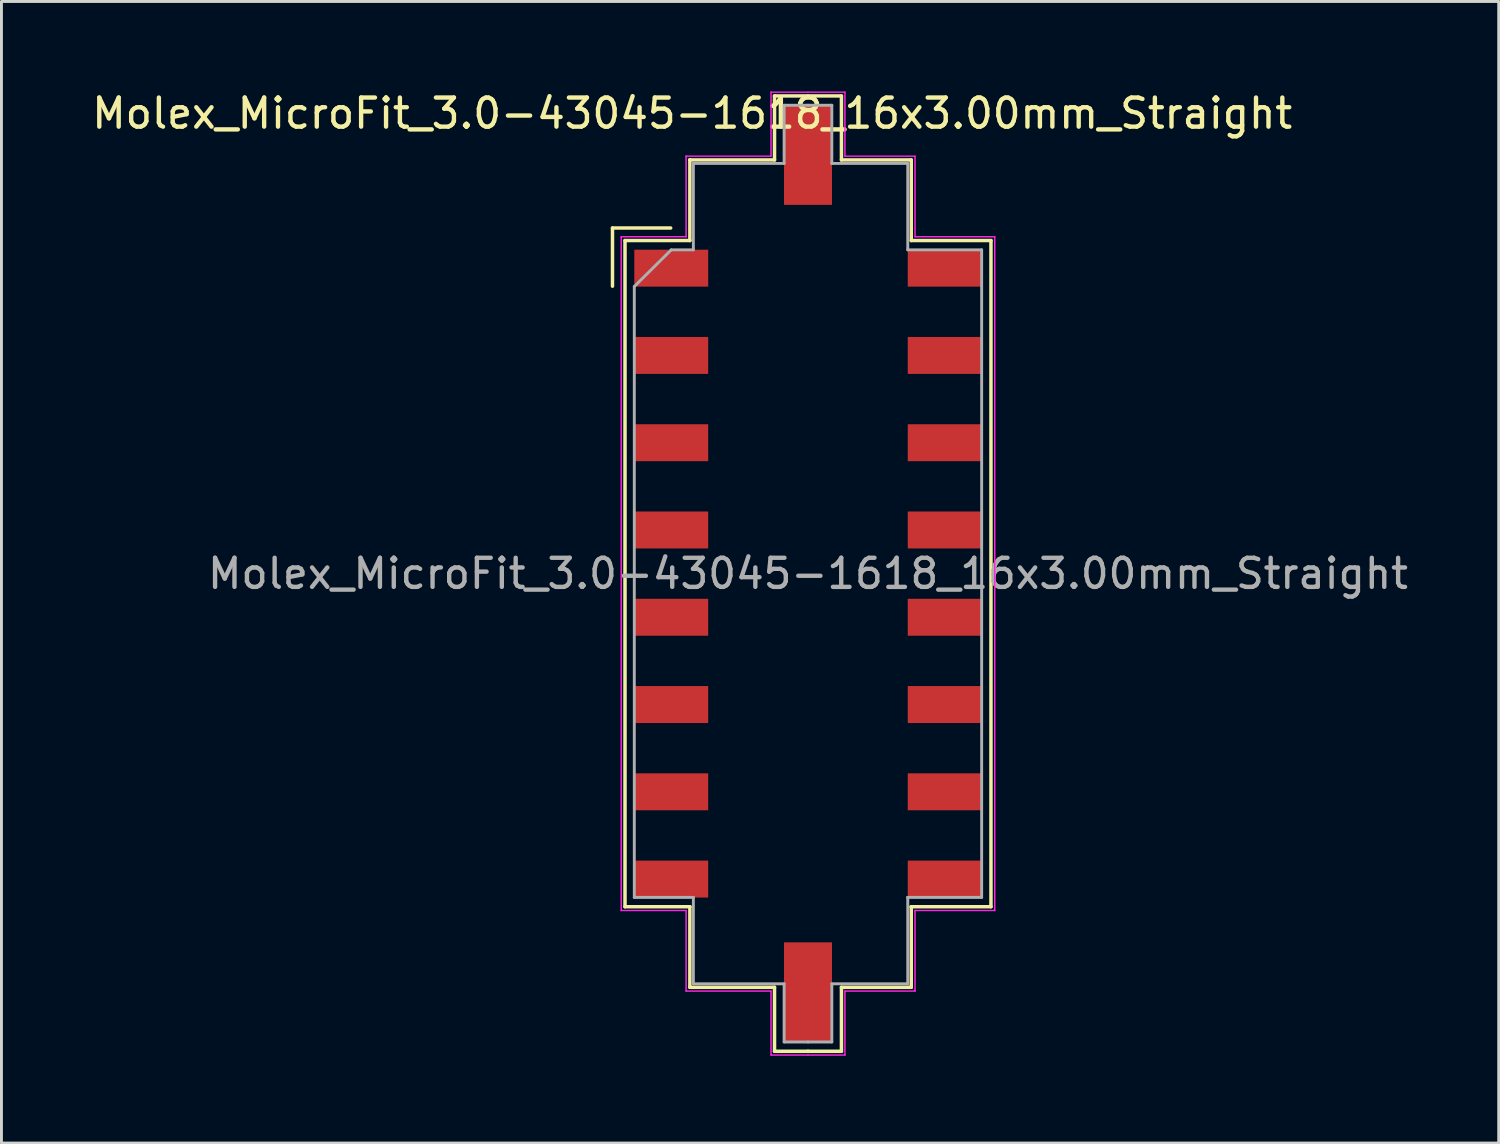
<source format=kicad_pcb>
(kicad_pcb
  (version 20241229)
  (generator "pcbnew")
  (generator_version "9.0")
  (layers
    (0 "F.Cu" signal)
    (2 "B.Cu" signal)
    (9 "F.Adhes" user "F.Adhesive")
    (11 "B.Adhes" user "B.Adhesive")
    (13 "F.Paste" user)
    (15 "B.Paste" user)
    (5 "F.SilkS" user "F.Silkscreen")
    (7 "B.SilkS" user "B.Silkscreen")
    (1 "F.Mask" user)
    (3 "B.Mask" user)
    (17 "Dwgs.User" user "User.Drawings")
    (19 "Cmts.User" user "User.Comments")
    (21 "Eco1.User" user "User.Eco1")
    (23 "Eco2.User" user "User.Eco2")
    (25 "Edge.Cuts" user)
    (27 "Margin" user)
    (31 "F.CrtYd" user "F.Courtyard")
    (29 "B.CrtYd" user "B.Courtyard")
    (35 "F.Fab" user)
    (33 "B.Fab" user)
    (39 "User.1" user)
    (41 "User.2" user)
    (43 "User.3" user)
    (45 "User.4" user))
  (footprint "Molex_MicroFit_3.0-43045-1618_16x3.00mm_Straight"
    (layer "F.Cu")
    (at 24.724 16.668)
    (property "Reference" "Molex_MicroFit_3.0-43045-1618_16x3.00mm_Straight" (at -3.98 -15.82 0) (layer "F.SilkS") (effects (font (size 1 1) (thickness 0.15))))
    (attr smd)
    (fp_line (start -6.72 -11.88) (end -6.72 -9.88) (stroke (width 0.12) (type solid)) (layer "F.SilkS"))
    (fp_line (start -6.29 -11.45) (end -4.06 -11.45) (stroke (width 0.12) (type solid)) (layer "F.SilkS"))
    (fp_line (start -6.29 11.45) (end -6.29 -11.45) (stroke (width 0.12) (type solid)) (layer "F.SilkS"))
    (fp_line (start -4.72 -11.88) (end -6.72 -11.88) (stroke (width 0.12) (type solid)) (layer "F.SilkS"))
    (fp_line (start -4.06 -14.22) (end -4.06 -14.22) (stroke (width 0.12) (type solid)) (layer "F.SilkS"))
    (fp_line (start -4.06 -14.22) (end -1.15 -14.22) (stroke (width 0.12) (type solid)) (layer "F.SilkS"))
    (fp_line (start -4.06 -11.45) (end -4.06 -14.22) (stroke (width 0.12) (type solid)) (layer "F.SilkS"))
    (fp_line (start -4.06 11.45) (end -6.29 11.45) (stroke (width 0.12) (type solid)) (layer "F.SilkS"))
    (fp_line (start -4.06 14.22) (end -4.06 11.45) (stroke (width 0.12) (type solid)) (layer "F.SilkS"))
    (fp_line (start -1.15 -16.42) (end 0 -16.42) (stroke (width 0.12) (type solid)) (layer "F.SilkS"))
    (fp_line (start -1.15 -14.22) (end -1.15 -16.42) (stroke (width 0.12) (type solid)) (layer "F.SilkS"))
    (fp_line (start -1.15 14.22) (end -4.06 14.22) (stroke (width 0.12) (type solid)) (layer "F.SilkS"))
    (fp_line (start -1.15 16.42) (end -1.15 14.22) (stroke (width 0.12) (type solid)) (layer "F.SilkS"))
    (fp_line (start 0 -16.42) (end 1.15 -16.42) (stroke (width 0.12) (type solid)) (layer "F.SilkS"))
    (fp_line (start 0 16.42) (end -1.15 16.42) (stroke (width 0.12) (type solid)) (layer "F.SilkS"))
    (fp_line (start 1.15 -16.42) (end 1.15 -14.22) (stroke (width 0.12) (type solid)) (layer "F.SilkS"))
    (fp_line (start 1.15 -14.22) (end 3.55 -14.22) (stroke (width 0.12) (type solid)) (layer "F.SilkS"))
    (fp_line (start 1.15 14.22) (end 1.15 16.42) (stroke (width 0.12) (type solid)) (layer "F.SilkS"))
    (fp_line (start 1.15 16.42) (end 0 16.42) (stroke (width 0.12) (type solid)) (layer "F.SilkS"))
    (fp_line (start 3.55 -14.22) (end 3.55 -11.45) (stroke (width 0.12) (type solid)) (layer "F.SilkS"))
    (fp_line (start 3.55 -11.45) (end 6.29 -11.45) (stroke (width 0.12) (type solid)) (layer "F.SilkS"))
    (fp_line (start 3.55 11.45) (end 3.55 11.45) (stroke (width 0.12) (type solid)) (layer "F.SilkS"))
    (fp_line (start 3.55 11.45) (end 3.55 14.22) (stroke (width 0.12) (type solid)) (layer "F.SilkS"))
    (fp_line (start 3.55 14.22) (end 1.15 14.22) (stroke (width 0.12) (type solid)) (layer "F.SilkS"))
    (fp_line (start 6.29 -11.45) (end 6.29 11.45) (stroke (width 0.12) (type solid)) (layer "F.SilkS"))
    (fp_line (start 6.29 11.45) (end 3.55 11.45) (stroke (width 0.12) (type solid)) (layer "F.SilkS"))
    (fp_line (start -6.42 -11.58) (end -4.19 -11.58) (stroke (width 0.05) (type solid)) (layer "F.CrtYd"))
    (fp_line (start -6.42 11.58) (end -6.42 -11.58) (stroke (width 0.05) (type solid)) (layer "F.CrtYd"))
    (fp_line (start -4.19 -14.35) (end -4.19 -14.35) (stroke (width 0.05) (type solid)) (layer "F.CrtYd"))
    (fp_line (start -4.19 -14.35) (end -1.27 -14.35) (stroke (width 0.05) (type solid)) (layer "F.CrtYd"))
    (fp_line (start -4.19 -11.58) (end -4.19 -14.35) (stroke (width 0.05) (type solid)) (layer "F.CrtYd"))
    (fp_line (start -4.19 11.58) (end -6.42 11.58) (stroke (width 0.05) (type solid)) (layer "F.CrtYd"))
    (fp_line (start -4.19 14.35) (end -4.19 11.58) (stroke (width 0.05) (type solid)) (layer "F.CrtYd"))
    (fp_line (start -1.27 -16.55) (end 0 -16.55) (stroke (width 0.05) (type solid)) (layer "F.CrtYd"))
    (fp_line (start -1.27 -14.35) (end -1.27 -16.55) (stroke (width 0.05) (type solid)) (layer "F.CrtYd"))
    (fp_line (start -1.27 14.35) (end -4.19 14.35) (stroke (width 0.05) (type solid)) (layer "F.CrtYd"))
    (fp_line (start -1.27 16.55) (end -1.27 14.35) (stroke (width 0.05) (type solid)) (layer "F.CrtYd"))
    (fp_line (start 0 -16.55) (end 1.27 -16.55) (stroke (width 0.05) (type solid)) (layer "F.CrtYd"))
    (fp_line (start 0 16.55) (end -1.27 16.55) (stroke (width 0.05) (type solid)) (layer "F.CrtYd"))
    (fp_line (start 1.27 -16.55) (end 1.27 -14.35) (stroke (width 0.05) (type solid)) (layer "F.CrtYd"))
    (fp_line (start 1.27 -14.35) (end 3.68 -14.35) (stroke (width 0.05) (type solid)) (layer "F.CrtYd"))
    (fp_line (start 1.27 14.35) (end 1.27 16.55) (stroke (width 0.05) (type solid)) (layer "F.CrtYd"))
    (fp_line (start 1.27 16.55) (end 0 16.55) (stroke (width 0.05) (type solid)) (layer "F.CrtYd"))
    (fp_line (start 3.68 -14.35) (end 3.68 -11.58) (stroke (width 0.05) (type solid)) (layer "F.CrtYd"))
    (fp_line (start 3.68 -11.58) (end 6.42 -11.58) (stroke (width 0.05) (type solid)) (layer "F.CrtYd"))
    (fp_line (start 3.68 11.58) (end 3.68 11.58) (stroke (width 0.05) (type solid)) (layer "F.CrtYd"))
    (fp_line (start 3.68 11.58) (end 3.68 14.35) (stroke (width 0.05) (type solid)) (layer "F.CrtYd"))
    (fp_line (start 3.68 14.35) (end 1.27 14.35) (stroke (width 0.05) (type solid)) (layer "F.CrtYd"))
    (fp_line (start 6.42 -11.58) (end 6.42 11.58) (stroke (width 0.05) (type solid)) (layer "F.CrtYd"))
    (fp_line (start 6.42 11.58) (end 3.68 11.58) (stroke (width 0.05) (type solid)) (layer "F.CrtYd"))
    (fp_line (start -5.97 -9.87) (end -4.7 -11.13) (stroke (width 0.1) (type solid)) (layer "F.Fab"))
    (fp_line (start -5.97 11.13) (end -5.97 -9.87) (stroke (width 0.1) (type solid)) (layer "F.Fab"))
    (fp_line (start -4.7 -11.13) (end -3.94 -11.13) (stroke (width 0.1) (type solid)) (layer "F.Fab"))
    (fp_line (start -3.94 -14.1) (end -3.94 -14.1) (stroke (width 0.1) (type solid)) (layer "F.Fab"))
    (fp_line (start -3.94 -14.1) (end -0.82 -14.1) (stroke (width 0.1) (type solid)) (layer "F.Fab"))
    (fp_line (start -3.94 -11.13) (end -3.94 -14.1) (stroke (width 0.1) (type solid)) (layer "F.Fab"))
    (fp_line (start -3.94 11.13) (end -5.97 11.13) (stroke (width 0.1) (type solid)) (layer "F.Fab"))
    (fp_line (start -3.94 14.1) (end -3.94 11.13) (stroke (width 0.1) (type solid)) (layer "F.Fab"))
    (fp_line (start -0.82 -16.1) (end 0 -16.1) (stroke (width 0.1) (type solid)) (layer "F.Fab"))
    (fp_line (start -0.82 -14.1) (end -0.82 -16.1) (stroke (width 0.1) (type solid)) (layer "F.Fab"))
    (fp_line (start -0.82 14.1) (end -3.94 14.1) (stroke (width 0.1) (type solid)) (layer "F.Fab"))
    (fp_line (start -0.82 16.1) (end -0.82 14.1) (stroke (width 0.1) (type solid)) (layer "F.Fab"))
    (fp_line (start 0 -16.1) (end 0.82 -16.1) (stroke (width 0.1) (type solid)) (layer "F.Fab"))
    (fp_line (start 0 16.1) (end -0.82 16.1) (stroke (width 0.1) (type solid)) (layer "F.Fab"))
    (fp_line (start 0.82 -16.1) (end 0.82 -14.1) (stroke (width 0.1) (type solid)) (layer "F.Fab"))
    (fp_line (start 0.82 -14.1) (end 3.43 -14.1) (stroke (width 0.1) (type solid)) (layer "F.Fab"))
    (fp_line (start 0.82 14.1) (end 0.82 16.1) (stroke (width 0.1) (type solid)) (layer "F.Fab"))
    (fp_line (start 0.82 16.1) (end 0 16.1) (stroke (width 0.1) (type solid)) (layer "F.Fab"))
    (fp_line (start 3.43 -14.1) (end 3.43 -11.13) (stroke (width 0.1) (type solid)) (layer "F.Fab"))
    (fp_line (start 3.43 -11.13) (end 5.97 -11.13) (stroke (width 0.1) (type solid)) (layer "F.Fab"))
    (fp_line (start 3.43 11.13) (end 3.43 11.13) (stroke (width 0.1) (type solid)) (layer "F.Fab"))
    (fp_line (start 3.43 11.13) (end 3.43 14.1) (stroke (width 0.1) (type solid)) (layer "F.Fab"))
    (fp_line (start 3.43 14.1) (end 0.82 14.1) (stroke (width 0.1) (type solid)) (layer "F.Fab"))
    (fp_line (start 5.97 -11.13) (end 5.97 11.13) (stroke (width 0.1) (type solid)) (layer "F.Fab"))
    (fp_line (start 5.97 11.13) (end 3.43 11.13) (stroke (width 0.1) (type solid)) (layer "F.Fab"))
    (fp_text user "${REFERENCE}" (at 0 0 0) (layer "F.Fab") (effects (font (size 1 1) (thickness 0.15))))
    (pad "" smd rect (at 0 -14.39) (size 1.65 3.43) (layers "F.Cu" "F.Mask" "F.Paste"))
    (pad "" smd rect (at 0 14.39) (size 1.65 3.43) (layers "F.Cu" "F.Mask" "F.Paste"))
    (pad "1" smd rect (at -4.7 -10.5) (size 2.54 1.27) (layers "F.Cu" "F.Mask" "F.Paste"))
    (pad "2" smd rect (at -4.7 -7.5) (size 2.54 1.27) (layers "F.Cu" "F.Mask" "F.Paste"))
    (pad "3" smd rect (at -4.7 -4.5) (size 2.54 1.27) (layers "F.Cu" "F.Mask" "F.Paste"))
    (pad "4" smd rect (at -4.7 -1.5) (size 2.54 1.27) (layers "F.Cu" "F.Mask" "F.Paste"))
    (pad "5" smd rect (at -4.7 1.5) (size 2.54 1.27) (layers "F.Cu" "F.Mask" "F.Paste"))
    (pad "6" smd rect (at -4.7 4.5) (size 2.54 1.27) (layers "F.Cu" "F.Mask" "F.Paste"))
    (pad "7" smd rect (at -4.7 7.5) (size 2.54 1.27) (layers "F.Cu" "F.Mask" "F.Paste"))
    (pad "8" smd rect (at -4.7 10.5) (size 2.54 1.27) (layers "F.Cu" "F.Mask" "F.Paste"))
    (pad "9" smd rect (at 4.7 10.5) (size 2.54 1.27) (layers "F.Cu" "F.Mask" "F.Paste"))
    (pad "10" smd rect (at 4.7 7.5) (size 2.54 1.27) (layers "F.Cu" "F.Mask" "F.Paste"))
    (pad "11" smd rect (at 4.7 4.5) (size 2.54 1.27) (layers "F.Cu" "F.Mask" "F.Paste"))
    (pad "12" smd rect (at 4.7 1.5) (size 2.54 1.27) (layers "F.Cu" "F.Mask" "F.Paste"))
    (pad "13" smd rect (at 4.7 -1.5) (size 2.54 1.27) (layers "F.Cu" "F.Mask" "F.Paste"))
    (pad "14" smd rect (at 4.7 -4.5) (size 2.54 1.27) (layers "F.Cu" "F.Mask" "F.Paste"))
    (pad "15" smd rect (at 4.7 -7.5) (size 2.54 1.27) (layers "F.Cu" "F.Mask" "F.Paste"))
    (pad "16" smd rect (at 4.7 -10.5) (size 2.54 1.27) (layers "F.Cu" "F.Mask" "F.Paste")))
  (gr_rect
    (start -3 -3)
    (end 48.468 36.243)
    (stroke (width 0.1) (type default))
    (fill no)
    (layer "Edge.Cuts")))
</source>
